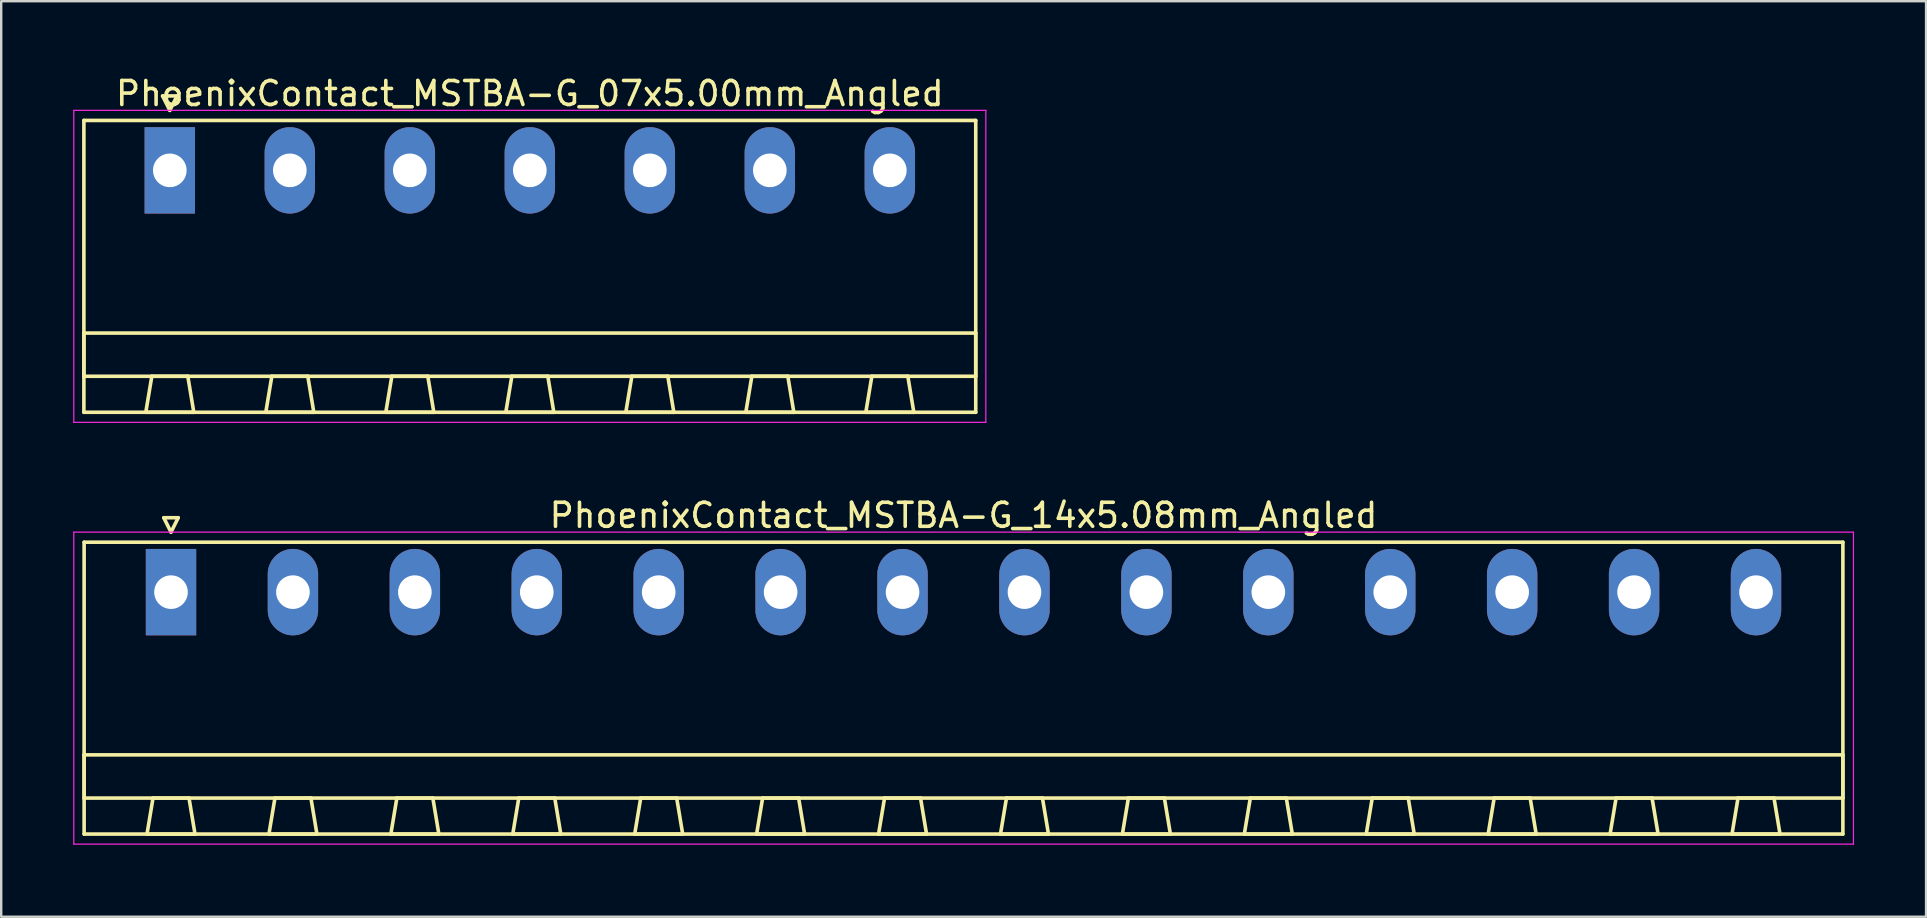
<source format=kicad_pcb>
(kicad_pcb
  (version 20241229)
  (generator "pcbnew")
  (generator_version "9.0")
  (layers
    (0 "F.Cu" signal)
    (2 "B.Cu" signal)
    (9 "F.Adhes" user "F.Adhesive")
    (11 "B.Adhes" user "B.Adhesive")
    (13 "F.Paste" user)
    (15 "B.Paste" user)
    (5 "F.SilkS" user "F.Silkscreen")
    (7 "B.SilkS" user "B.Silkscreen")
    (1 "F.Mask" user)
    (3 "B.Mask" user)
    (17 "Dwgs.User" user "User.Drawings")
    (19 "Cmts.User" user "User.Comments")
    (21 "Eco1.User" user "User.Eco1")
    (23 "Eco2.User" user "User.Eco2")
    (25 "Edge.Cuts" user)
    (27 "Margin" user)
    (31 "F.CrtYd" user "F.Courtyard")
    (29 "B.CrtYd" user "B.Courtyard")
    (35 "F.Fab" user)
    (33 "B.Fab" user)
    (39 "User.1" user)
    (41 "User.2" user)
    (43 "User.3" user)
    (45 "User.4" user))
  (footprint "PhoenixContact_MSTBA-G_14x5.08mm_Angled"
    (layer "F.Cu")
    (at 4.075 21.622)
    (property "Reference" "PhoenixContact_MSTBA-G_14x5.08mm_Angled" (at 33.02 -3.2 0) (layer "F.SilkS") (effects (font (size 1 1) (thickness 0.15))))
    (attr through_hole)
    (fp_line (start -3.62 -2.08) (end -3.62 10.08) (stroke (width 0.15) (type solid)) (layer "F.SilkS"))
    (fp_line (start -3.62 6.78) (end 69.66 6.78) (stroke (width 0.15) (type solid)) (layer "F.SilkS"))
    (fp_line (start -3.62 8.58) (end -3.62 6.78) (stroke (width 0.15) (type solid)) (layer "F.SilkS"))
    (fp_line (start -3.62 10.08) (end 69.66 10.08) (stroke (width 0.15) (type solid)) (layer "F.SilkS"))
    (fp_line (start -1 10.08) (end 1 10.08) (stroke (width 0.15) (type solid)) (layer "F.SilkS"))
    (fp_line (start -0.75 8.58) (end -1 10.08) (stroke (width 0.15) (type solid)) (layer "F.SilkS"))
    (fp_line (start -0.3 -3.1) (end 0 -2.5) (stroke (width 0.15) (type solid)) (layer "F.SilkS"))
    (fp_line (start 0 -2.5) (end 0.3 -3.1) (stroke (width 0.15) (type solid)) (layer "F.SilkS"))
    (fp_line (start 0.3 -3.1) (end -0.3 -3.1) (stroke (width 0.15) (type solid)) (layer "F.SilkS"))
    (fp_line (start 0.75 8.58) (end -0.75 8.58) (stroke (width 0.15) (type solid)) (layer "F.SilkS"))
    (fp_line (start 1 10.08) (end 0.75 8.58) (stroke (width 0.15) (type solid)) (layer "F.SilkS"))
    (fp_line (start 4.08 10.08) (end 6.08 10.08) (stroke (width 0.15) (type solid)) (layer "F.SilkS"))
    (fp_line (start 4.33 8.58) (end 4.08 10.08) (stroke (width 0.15) (type solid)) (layer "F.SilkS"))
    (fp_line (start 5.83 8.58) (end 4.33 8.58) (stroke (width 0.15) (type solid)) (layer "F.SilkS"))
    (fp_line (start 6.08 10.08) (end 5.83 8.58) (stroke (width 0.15) (type solid)) (layer "F.SilkS"))
    (fp_line (start 9.16 10.08) (end 11.16 10.08) (stroke (width 0.15) (type solid)) (layer "F.SilkS"))
    (fp_line (start 9.41 8.58) (end 9.16 10.08) (stroke (width 0.15) (type solid)) (layer "F.SilkS"))
    (fp_line (start 10.91 8.58) (end 9.41 8.58) (stroke (width 0.15) (type solid)) (layer "F.SilkS"))
    (fp_line (start 11.16 10.08) (end 10.91 8.58) (stroke (width 0.15) (type solid)) (layer "F.SilkS"))
    (fp_line (start 14.24 10.08) (end 16.24 10.08) (stroke (width 0.15) (type solid)) (layer "F.SilkS"))
    (fp_line (start 14.49 8.58) (end 14.24 10.08) (stroke (width 0.15) (type solid)) (layer "F.SilkS"))
    (fp_line (start 15.99 8.58) (end 14.49 8.58) (stroke (width 0.15) (type solid)) (layer "F.SilkS"))
    (fp_line (start 16.24 10.08) (end 15.99 8.58) (stroke (width 0.15) (type solid)) (layer "F.SilkS"))
    (fp_line (start 19.32 10.08) (end 21.32 10.08) (stroke (width 0.15) (type solid)) (layer "F.SilkS"))
    (fp_line (start 19.57 8.58) (end 19.32 10.08) (stroke (width 0.15) (type solid)) (layer "F.SilkS"))
    (fp_line (start 21.07 8.58) (end 19.57 8.58) (stroke (width 0.15) (type solid)) (layer "F.SilkS"))
    (fp_line (start 21.32 10.08) (end 21.07 8.58) (stroke (width 0.15) (type solid)) (layer "F.SilkS"))
    (fp_line (start 24.4 10.08) (end 26.4 10.08) (stroke (width 0.15) (type solid)) (layer "F.SilkS"))
    (fp_line (start 24.65 8.58) (end 24.4 10.08) (stroke (width 0.15) (type solid)) (layer "F.SilkS"))
    (fp_line (start 26.15 8.58) (end 24.65 8.58) (stroke (width 0.15) (type solid)) (layer "F.SilkS"))
    (fp_line (start 26.4 10.08) (end 26.15 8.58) (stroke (width 0.15) (type solid)) (layer "F.SilkS"))
    (fp_line (start 29.48 10.08) (end 31.48 10.08) (stroke (width 0.15) (type solid)) (layer "F.SilkS"))
    (fp_line (start 29.73 8.58) (end 29.48 10.08) (stroke (width 0.15) (type solid)) (layer "F.SilkS"))
    (fp_line (start 31.23 8.58) (end 29.73 8.58) (stroke (width 0.15) (type solid)) (layer "F.SilkS"))
    (fp_line (start 31.48 10.08) (end 31.23 8.58) (stroke (width 0.15) (type solid)) (layer "F.SilkS"))
    (fp_line (start 34.56 10.08) (end 36.56 10.08) (stroke (width 0.15) (type solid)) (layer "F.SilkS"))
    (fp_line (start 34.81 8.58) (end 34.56 10.08) (stroke (width 0.15) (type solid)) (layer "F.SilkS"))
    (fp_line (start 36.31 8.58) (end 34.81 8.58) (stroke (width 0.15) (type solid)) (layer "F.SilkS"))
    (fp_line (start 36.56 10.08) (end 36.31 8.58) (stroke (width 0.15) (type solid)) (layer "F.SilkS"))
    (fp_line (start 39.64 10.08) (end 41.64 10.08) (stroke (width 0.15) (type solid)) (layer "F.SilkS"))
    (fp_line (start 39.89 8.58) (end 39.64 10.08) (stroke (width 0.15) (type solid)) (layer "F.SilkS"))
    (fp_line (start 41.39 8.58) (end 39.89 8.58) (stroke (width 0.15) (type solid)) (layer "F.SilkS"))
    (fp_line (start 41.64 10.08) (end 41.39 8.58) (stroke (width 0.15) (type solid)) (layer "F.SilkS"))
    (fp_line (start 44.72 10.08) (end 46.72 10.08) (stroke (width 0.15) (type solid)) (layer "F.SilkS"))
    (fp_line (start 44.97 8.58) (end 44.72 10.08) (stroke (width 0.15) (type solid)) (layer "F.SilkS"))
    (fp_line (start 46.47 8.58) (end 44.97 8.58) (stroke (width 0.15) (type solid)) (layer "F.SilkS"))
    (fp_line (start 46.72 10.08) (end 46.47 8.58) (stroke (width 0.15) (type solid)) (layer "F.SilkS"))
    (fp_line (start 49.8 10.08) (end 51.8 10.08) (stroke (width 0.15) (type solid)) (layer "F.SilkS"))
    (fp_line (start 50.05 8.58) (end 49.8 10.08) (stroke (width 0.15) (type solid)) (layer "F.SilkS"))
    (fp_line (start 51.55 8.58) (end 50.05 8.58) (stroke (width 0.15) (type solid)) (layer "F.SilkS"))
    (fp_line (start 51.8 10.08) (end 51.55 8.58) (stroke (width 0.15) (type solid)) (layer "F.SilkS"))
    (fp_line (start 54.88 10.08) (end 56.88 10.08) (stroke (width 0.15) (type solid)) (layer "F.SilkS"))
    (fp_line (start 55.13 8.58) (end 54.88 10.08) (stroke (width 0.15) (type solid)) (layer "F.SilkS"))
    (fp_line (start 56.63 8.58) (end 55.13 8.58) (stroke (width 0.15) (type solid)) (layer "F.SilkS"))
    (fp_line (start 56.88 10.08) (end 56.63 8.58) (stroke (width 0.15) (type solid)) (layer "F.SilkS"))
    (fp_line (start 59.96 10.08) (end 61.96 10.08) (stroke (width 0.15) (type solid)) (layer "F.SilkS"))
    (fp_line (start 60.21 8.58) (end 59.96 10.08) (stroke (width 0.15) (type solid)) (layer "F.SilkS"))
    (fp_line (start 61.71 8.58) (end 60.21 8.58) (stroke (width 0.15) (type solid)) (layer "F.SilkS"))
    (fp_line (start 61.96 10.08) (end 61.71 8.58) (stroke (width 0.15) (type solid)) (layer "F.SilkS"))
    (fp_line (start 65.04 10.08) (end 67.04 10.08) (stroke (width 0.15) (type solid)) (layer "F.SilkS"))
    (fp_line (start 65.29 8.58) (end 65.04 10.08) (stroke (width 0.15) (type solid)) (layer "F.SilkS"))
    (fp_line (start 66.79 8.58) (end 65.29 8.58) (stroke (width 0.15) (type solid)) (layer "F.SilkS"))
    (fp_line (start 67.04 10.08) (end 66.79 8.58) (stroke (width 0.15) (type solid)) (layer "F.SilkS"))
    (fp_line (start 69.66 -2.08) (end -3.62 -2.08) (stroke (width 0.15) (type solid)) (layer "F.SilkS"))
    (fp_line (start 69.66 6.78) (end 69.66 8.58) (stroke (width 0.15) (type solid)) (layer "F.SilkS"))
    (fp_line (start 69.66 8.58) (end -3.62 8.58) (stroke (width 0.15) (type solid)) (layer "F.SilkS"))
    (fp_line (start 69.66 10.08) (end 69.66 -2.08) (stroke (width 0.15) (type solid)) (layer "F.SilkS"))
    (fp_line (start -4.05 -2.5) (end -4.05 10.5) (stroke (width 0.05) (type solid)) (layer "F.CrtYd"))
    (fp_line (start -4.05 10.5) (end 70.1 10.5) (stroke (width 0.05) (type solid)) (layer "F.CrtYd"))
    (fp_line (start 70.1 -2.5) (end -4.05 -2.5) (stroke (width 0.05) (type solid)) (layer "F.CrtYd"))
    (fp_line (start 70.1 10.5) (end 70.1 -2.5) (stroke (width 0.05) (type solid)) (layer "F.CrtYd"))
    (pad "1" thru_hole rect (at 0 0) (size 2.1 3.6) (drill 1.4) (layers "*.Cu" "*.Mask"))
    (pad "2" thru_hole oval (at 5.08 0) (size 2.1 3.6) (drill 1.4) (layers "*.Cu" "*.Mask"))
    (pad "3" thru_hole oval (at 10.16 0) (size 2.1 3.6) (drill 1.4) (layers "*.Cu" "*.Mask"))
    (pad "4" thru_hole oval (at 15.24 0) (size 2.1 3.6) (drill 1.4) (layers "*.Cu" "*.Mask"))
    (pad "5" thru_hole oval (at 20.32 0) (size 2.1 3.6) (drill 1.4) (layers "*.Cu" "*.Mask"))
    (pad "6" thru_hole oval (at 25.4 0) (size 2.1 3.6) (drill 1.4) (layers "*.Cu" "*.Mask"))
    (pad "7" thru_hole oval (at 30.48 0) (size 2.1 3.6) (drill 1.4) (layers "*.Cu" "*.Mask"))
    (pad "8" thru_hole oval (at 35.56 0) (size 2.1 3.6) (drill 1.4) (layers "*.Cu" "*.Mask"))
    (pad "9" thru_hole oval (at 40.64 0) (size 2.1 3.6) (drill 1.4) (layers "*.Cu" "*.Mask"))
    (pad "10" thru_hole oval (at 45.72 0) (size 2.1 3.6) (drill 1.4) (layers "*.Cu" "*.Mask"))
    (pad "11" thru_hole oval (at 50.8 0) (size 2.1 3.6) (drill 1.4) (layers "*.Cu" "*.Mask"))
    (pad "12" thru_hole oval (at 55.88 0) (size 2.1 3.6) (drill 1.4) (layers "*.Cu" "*.Mask"))
    (pad "13" thru_hole oval (at 60.96 0) (size 2.1 3.6) (drill 1.4) (layers "*.Cu" "*.Mask"))
    (pad "14" thru_hole oval (at 66.04 0) (size 2.1 3.6) (drill 1.4) (layers "*.Cu" "*.Mask")))
  (footprint "PhoenixContact_MSTBA-G_07x5.00mm_Angled"
    (layer "F.Cu")
    (at 4.025 4.048)
    (property "Reference" "PhoenixContact_MSTBA-G_07x5.00mm_Angled" (at 15 -3.2 0) (layer "F.SilkS") (effects (font (size 1 1) (thickness 0.15))))
    (attr through_hole)
    (fp_line (start -3.58 -2.08) (end -3.58 10.08) (stroke (width 0.15) (type solid)) (layer "F.SilkS"))
    (fp_line (start -3.58 6.78) (end 33.58 6.78) (stroke (width 0.15) (type solid)) (layer "F.SilkS"))
    (fp_line (start -3.58 8.58) (end -3.58 6.78) (stroke (width 0.15) (type solid)) (layer "F.SilkS"))
    (fp_line (start -3.58 10.08) (end 33.58 10.08) (stroke (width 0.15) (type solid)) (layer "F.SilkS"))
    (fp_line (start -1 10.08) (end 1 10.08) (stroke (width 0.15) (type solid)) (layer "F.SilkS"))
    (fp_line (start -0.75 8.58) (end -1 10.08) (stroke (width 0.15) (type solid)) (layer "F.SilkS"))
    (fp_line (start -0.3 -3.1) (end 0 -2.5) (stroke (width 0.15) (type solid)) (layer "F.SilkS"))
    (fp_line (start 0 -2.5) (end 0.3 -3.1) (stroke (width 0.15) (type solid)) (layer "F.SilkS"))
    (fp_line (start 0.3 -3.1) (end -0.3 -3.1) (stroke (width 0.15) (type solid)) (layer "F.SilkS"))
    (fp_line (start 0.75 8.58) (end -0.75 8.58) (stroke (width 0.15) (type solid)) (layer "F.SilkS"))
    (fp_line (start 1 10.08) (end 0.75 8.58) (stroke (width 0.15) (type solid)) (layer "F.SilkS"))
    (fp_line (start 4 10.08) (end 6 10.08) (stroke (width 0.15) (type solid)) (layer "F.SilkS"))
    (fp_line (start 4.25 8.58) (end 4 10.08) (stroke (width 0.15) (type solid)) (layer "F.SilkS"))
    (fp_line (start 5.75 8.58) (end 4.25 8.58) (stroke (width 0.15) (type solid)) (layer "F.SilkS"))
    (fp_line (start 6 10.08) (end 5.75 8.58) (stroke (width 0.15) (type solid)) (layer "F.SilkS"))
    (fp_line (start 9 10.08) (end 11 10.08) (stroke (width 0.15) (type solid)) (layer "F.SilkS"))
    (fp_line (start 9.25 8.58) (end 9 10.08) (stroke (width 0.15) (type solid)) (layer "F.SilkS"))
    (fp_line (start 10.75 8.58) (end 9.25 8.58) (stroke (width 0.15) (type solid)) (layer "F.SilkS"))
    (fp_line (start 11 10.08) (end 10.75 8.58) (stroke (width 0.15) (type solid)) (layer "F.SilkS"))
    (fp_line (start 14 10.08) (end 16 10.08) (stroke (width 0.15) (type solid)) (layer "F.SilkS"))
    (fp_line (start 14.25 8.58) (end 14 10.08) (stroke (width 0.15) (type solid)) (layer "F.SilkS"))
    (fp_line (start 15.75 8.58) (end 14.25 8.58) (stroke (width 0.15) (type solid)) (layer "F.SilkS"))
    (fp_line (start 16 10.08) (end 15.75 8.58) (stroke (width 0.15) (type solid)) (layer "F.SilkS"))
    (fp_line (start 19 10.08) (end 21 10.08) (stroke (width 0.15) (type solid)) (layer "F.SilkS"))
    (fp_line (start 19.25 8.58) (end 19 10.08) (stroke (width 0.15) (type solid)) (layer "F.SilkS"))
    (fp_line (start 20.75 8.58) (end 19.25 8.58) (stroke (width 0.15) (type solid)) (layer "F.SilkS"))
    (fp_line (start 21 10.08) (end 20.75 8.58) (stroke (width 0.15) (type solid)) (layer "F.SilkS"))
    (fp_line (start 24 10.08) (end 26 10.08) (stroke (width 0.15) (type solid)) (layer "F.SilkS"))
    (fp_line (start 24.25 8.58) (end 24 10.08) (stroke (width 0.15) (type solid)) (layer "F.SilkS"))
    (fp_line (start 25.75 8.58) (end 24.25 8.58) (stroke (width 0.15) (type solid)) (layer "F.SilkS"))
    (fp_line (start 26 10.08) (end 25.75 8.58) (stroke (width 0.15) (type solid)) (layer "F.SilkS"))
    (fp_line (start 29 10.08) (end 31 10.08) (stroke (width 0.15) (type solid)) (layer "F.SilkS"))
    (fp_line (start 29.25 8.58) (end 29 10.08) (stroke (width 0.15) (type solid)) (layer "F.SilkS"))
    (fp_line (start 30.75 8.58) (end 29.25 8.58) (stroke (width 0.15) (type solid)) (layer "F.SilkS"))
    (fp_line (start 31 10.08) (end 30.75 8.58) (stroke (width 0.15) (type solid)) (layer "F.SilkS"))
    (fp_line (start 33.58 -2.08) (end -3.58 -2.08) (stroke (width 0.15) (type solid)) (layer "F.SilkS"))
    (fp_line (start 33.58 6.78) (end 33.58 8.58) (stroke (width 0.15) (type solid)) (layer "F.SilkS"))
    (fp_line (start 33.58 8.58) (end -3.58 8.58) (stroke (width 0.15) (type solid)) (layer "F.SilkS"))
    (fp_line (start 33.58 10.08) (end 33.58 -2.08) (stroke (width 0.15) (type solid)) (layer "F.SilkS"))
    (fp_line (start -4 -2.5) (end -4 10.5) (stroke (width 0.05) (type solid)) (layer "F.CrtYd"))
    (fp_line (start -4 10.5) (end 34 10.5) (stroke (width 0.05) (type solid)) (layer "F.CrtYd"))
    (fp_line (start 34 -2.5) (end -4 -2.5) (stroke (width 0.05) (type solid)) (layer "F.CrtYd"))
    (fp_line (start 34 10.5) (end 34 -2.5) (stroke (width 0.05) (type solid)) (layer "F.CrtYd"))
    (pad "1" thru_hole rect (at 0 0) (size 2.1 3.6) (drill 1.4) (layers "*.Cu" "*.Mask"))
    (pad "2" thru_hole oval (at 5 0) (size 2.1 3.6) (drill 1.4) (layers "*.Cu" "*.Mask"))
    (pad "3" thru_hole oval (at 10 0) (size 2.1 3.6) (drill 1.4) (layers "*.Cu" "*.Mask"))
    (pad "4" thru_hole oval (at 15 0) (size 2.1 3.6) (drill 1.4) (layers "*.Cu" "*.Mask"))
    (pad "5" thru_hole oval (at 20 0) (size 2.1 3.6) (drill 1.4) (layers "*.Cu" "*.Mask"))
    (pad "6" thru_hole oval (at 25 0) (size 2.1 3.6) (drill 1.4) (layers "*.Cu" "*.Mask"))
    (pad "7" thru_hole oval (at 30 0) (size 2.1 3.6) (drill 1.4) (layers "*.Cu" "*.Mask")))
  (gr_rect
    (start -3 -3)
    (end 77.2 35.147)
    (stroke (width 0.1) (type default))
    (fill no)
    (layer "Edge.Cuts")))
</source>
